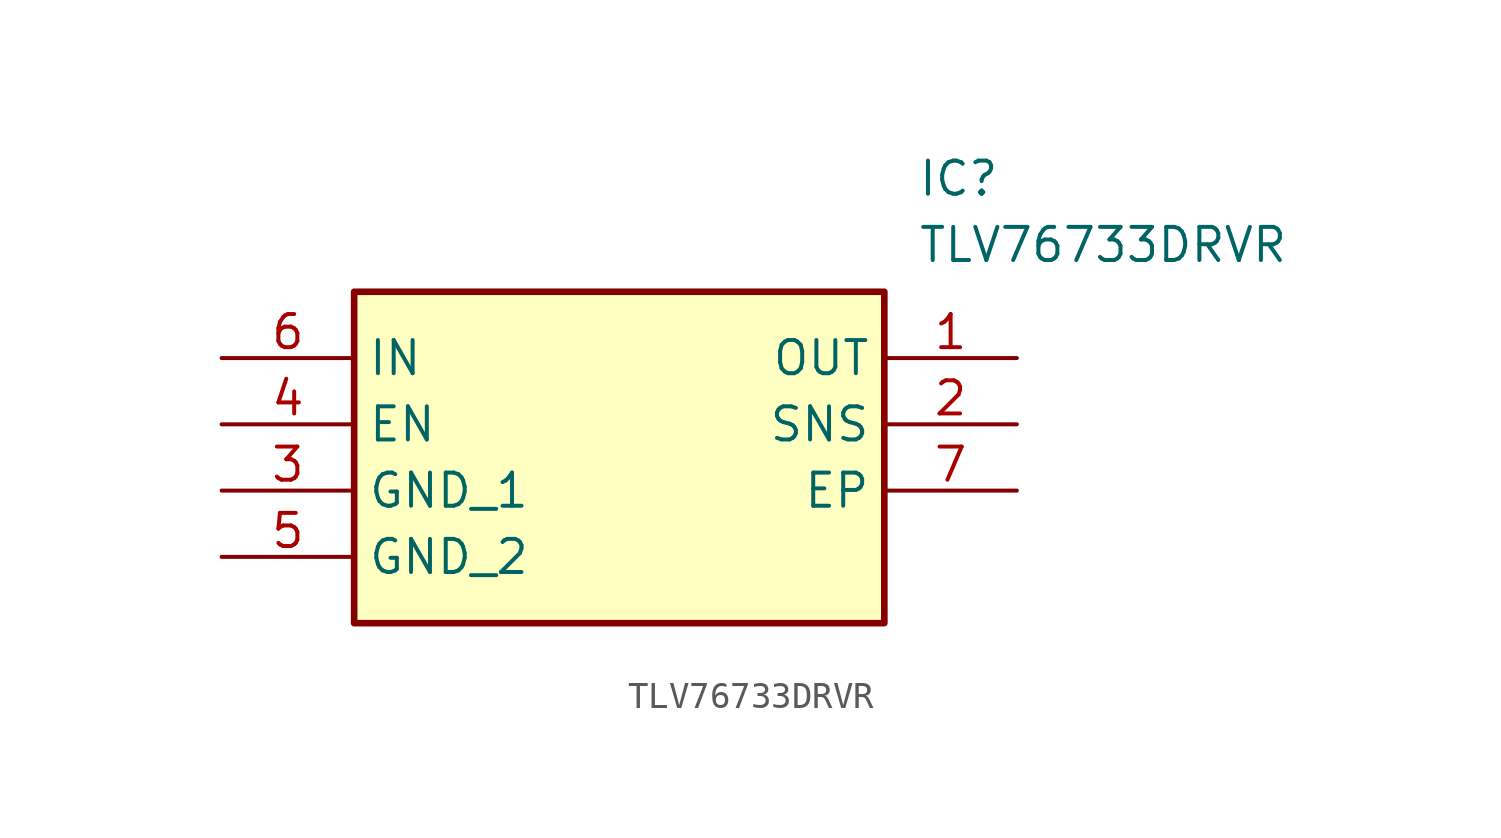
<source format=kicad_sym>
(kicad_symbol_lib
  (version 20220914)
  (generator kicad_symbol_editor)
  (symbol "TLV76733DRVR"
    (property "Reference" "IC"
      (at 26.67 7.62 0)
      (effects (font (size 1.27 1.27)) (justify left top)))
    (property "Value" "TLV76733DRVR"
      (at 26.67 5.08 0)
      (effects (font (size 1.27 1.27)) (justify left top)))
    (symbol "TLV76733DRVR_1_1"
      (rectangle (start 5.08 2.54) (end 25.4 -10.16) (stroke (width 0.254) (type default)) (fill (type background)))
      (pin passive line (at 30.48 0 180) (length 5.08) (name "OUT" (effects (font (size 1.27 1.27)))) (number "1" (effects (font (size 1.27 1.27)))))
      (pin passive line (at 30.48 -2.54 180) (length 5.08) (name "SNS" (effects (font (size 1.27 1.27)))) (number "2" (effects (font (size 1.27 1.27)))))
      (pin passive line (at 0 -5.08 0) (length 5.08) (name "GND_1" (effects (font (size 1.27 1.27)))) (number "3" (effects (font (size 1.27 1.27)))))
      (pin passive line (at 0 -2.54 0) (length 5.08) (name "EN" (effects (font (size 1.27 1.27)))) (number "4" (effects (font (size 1.27 1.27)))))
      (pin passive line (at 0 -7.62 0) (length 5.08) (name "GND_2" (effects (font (size 1.27 1.27)))) (number "5" (effects (font (size 1.27 1.27)))))
      (pin passive line (at 0 0 0) (length 5.08) (name "IN" (effects (font (size 1.27 1.27)))) (number "6" (effects (font (size 1.27 1.27)))))
      (pin passive line (at 30.48 -5.08 180) (length 5.08) (name "EP" (effects (font (size 1.27 1.27)))) (number "7" (effects (font (size 1.27 1.27))))))))
</source>
